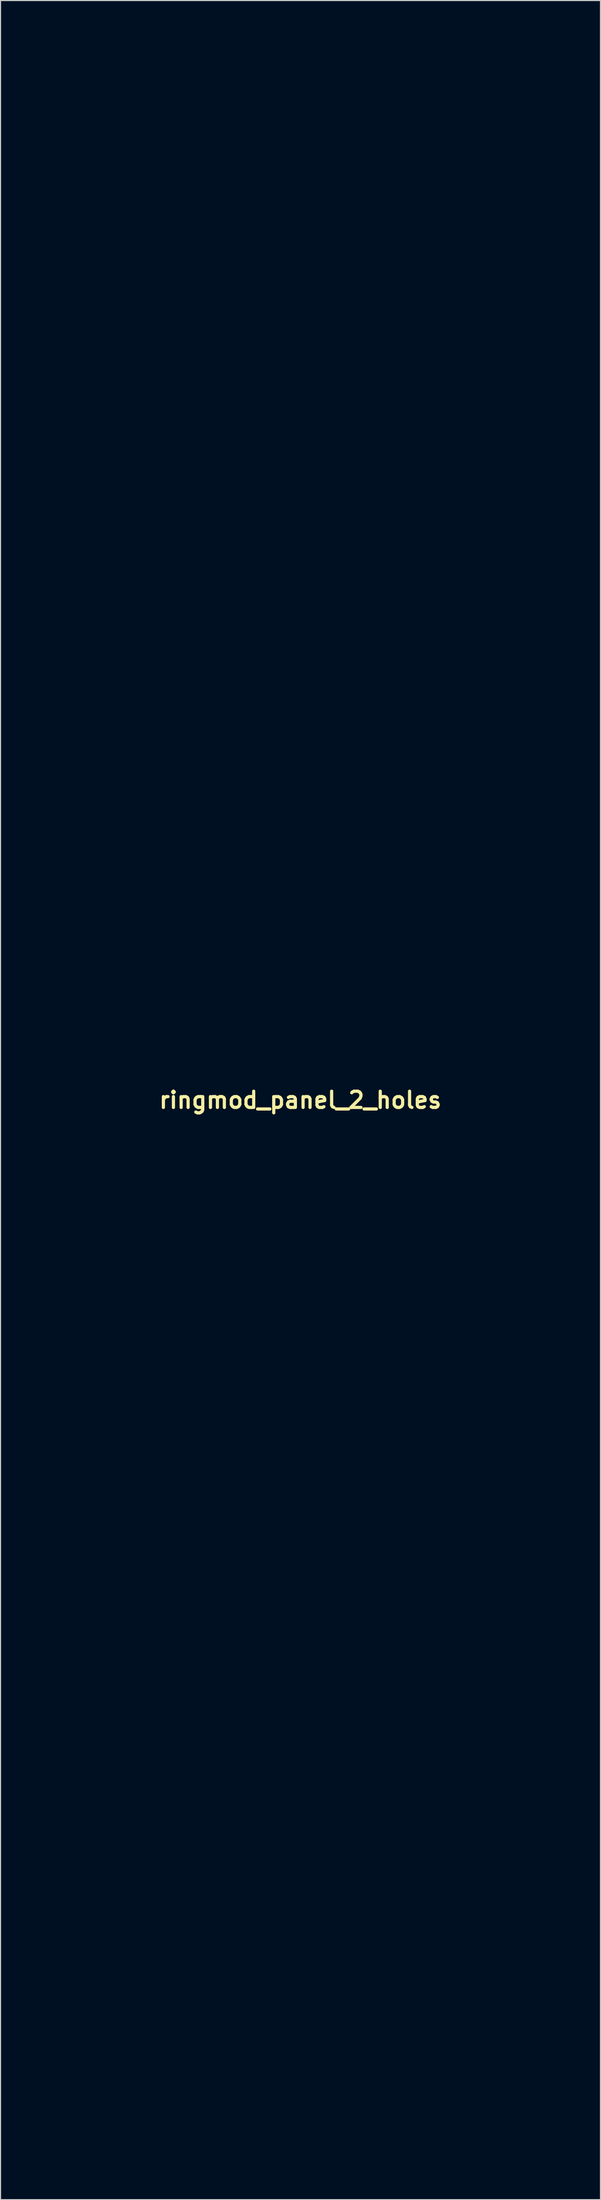
<source format=kicad_pcb>
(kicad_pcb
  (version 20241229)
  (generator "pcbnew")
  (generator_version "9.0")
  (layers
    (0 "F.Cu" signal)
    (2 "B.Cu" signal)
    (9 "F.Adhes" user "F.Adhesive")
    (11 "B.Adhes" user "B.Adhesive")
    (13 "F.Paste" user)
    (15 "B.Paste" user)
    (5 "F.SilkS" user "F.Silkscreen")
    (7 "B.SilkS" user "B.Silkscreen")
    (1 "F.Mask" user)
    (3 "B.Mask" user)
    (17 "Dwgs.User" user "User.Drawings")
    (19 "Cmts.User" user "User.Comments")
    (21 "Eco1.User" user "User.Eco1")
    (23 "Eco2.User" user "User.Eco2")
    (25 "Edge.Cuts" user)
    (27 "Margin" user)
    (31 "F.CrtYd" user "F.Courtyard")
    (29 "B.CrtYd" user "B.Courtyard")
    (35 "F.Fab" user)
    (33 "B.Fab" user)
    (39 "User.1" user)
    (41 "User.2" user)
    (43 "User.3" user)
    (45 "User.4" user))
  (footprint "ringmod_panel_2_holes"
    (layer "F.Cu")
    (at 25.196 100.277)
    (property "Reference" "ringmod_panel_2_holes" (at 0 0 0) (layer "F.SilkS") (effects (font (size 1.524 1.524) (thickness 0.3))))
    (attr board_only exclude_from_pos_files exclude_from_bom)
    (fp_poly (pts (xy 25.171 100.227) (xy -25.146 100.227) (xy -25.146 99.947) (xy -24.866 99.947) (xy 24.891 99.947) (xy 24.891 -99.947) (xy -24.866 -99.947) (xy -24.866 99.947) (xy -25.146 99.947) (xy -25.146 -100.227) (xy 25.171 -100.227)) (stroke (width 0.1) (type solid)) (fill no) (layer "Eco1.User"))
    (fp_poly (pts (xy -18.72 95.556) (xy -18.467 95.667) (xy -18.235 95.818) (xy -18.031 96.004) (xy -17.86 96.218) (xy -17.73 96.454) (xy -17.669 96.615) (xy -17.611 96.886) (xy -17.6 97.157) (xy -17.635 97.421) (xy -17.713 97.675) (xy -17.832 97.912) (xy -17.988 98.128) (xy -18.18 98.319) (xy -18.405 98.478) (xy -18.659 98.602) (xy -18.706 98.619) (xy -18.904 98.689) (xy -20.556 98.694) (xy -20.888 98.695) (xy -21.174 98.696) (xy -21.416 98.696) (xy -21.62 98.696) (xy -21.789 98.695) (xy -21.928 98.693) (xy -22.041 98.691) (xy -22.131 98.687) (xy -22.203 98.682) (xy -22.261 98.677) (xy -22.309 98.67) (xy -22.351 98.662) (xy -22.391 98.652) (xy -22.4 98.65) (xy -22.604 98.585) (xy -22.78 98.503) (xy -22.942 98.394) (xy -23.106 98.25) (xy -23.137 98.219) (xy -23.291 98.049) (xy -23.407 97.883) (xy -23.495 97.702) (xy -23.563 97.491) (xy -23.571 97.461) (xy -23.615 97.192) (xy -23.611 96.926) (xy -23.562 96.668) (xy -23.47 96.422) (xy -23.339 96.194) (xy -23.171 95.988) (xy -22.97 95.809) (xy -22.737 95.663) (xy -22.477 95.553) (xy -22.451 95.544) (xy -22.26 95.485) (xy -18.929 95.485)) (stroke (width 0.1) (type solid)) (fill no) (layer "Eco1.User"))
    (fp_poly (pts (xy 21.262 -98.689) (xy 21.517 -98.688) (xy 21.734 -98.687) (xy 21.916 -98.684) (xy 22.067 -98.68) (xy 22.193 -98.675) (xy 22.297 -98.667) (xy 22.382 -98.657) (xy 22.454 -98.644) (xy 22.516 -98.629) (xy 22.572 -98.61) (xy 22.627 -98.587) (xy 22.684 -98.561) (xy 22.748 -98.531) (xy 22.756 -98.527) (xy 22.925 -98.426) (xy 23.096 -98.289) (xy 23.254 -98.129) (xy 23.388 -97.957) (xy 23.473 -97.812) (xy 23.579 -97.538) (xy 23.634 -97.261) (xy 23.639 -96.984) (xy 23.594 -96.708) (xy 23.498 -96.436) (xy 23.47 -96.375) (xy 23.324 -96.138) (xy 23.14 -95.929) (xy 22.921 -95.754) (xy 22.672 -95.616) (xy 22.518 -95.556) (xy 22.311 -95.486) (xy 20.722 -95.482) (xy 20.438 -95.481) (xy 20.166 -95.481) (xy 19.912 -95.482) (xy 19.679 -95.484) (xy 19.472 -95.485) (xy 19.296 -95.488) (xy 19.157 -95.49) (xy 19.058 -95.493) (xy 19.005 -95.497) (xy 19.002 -95.497) (xy 18.731 -95.564) (xy 18.475 -95.676) (xy 18.242 -95.83) (xy 18.037 -96.022) (xy 17.866 -96.248) (xy 17.853 -96.271) (xy 17.731 -96.518) (xy 17.655 -96.774) (xy 17.626 -97.034) (xy 17.639 -97.292) (xy 17.694 -97.545) (xy 17.788 -97.785) (xy 17.92 -98.009) (xy 18.087 -98.211) (xy 18.288 -98.387) (xy 18.522 -98.53) (xy 18.726 -98.617) (xy 18.929 -98.689) (xy 20.62 -98.689) (xy 20.964 -98.689)) (stroke (width 0.1) (type solid)) (fill no) (layer "Eco1.User"))
    (fp_poly (pts (xy -19.563 -98.698) (xy -19.376 -98.695) (xy -19.219 -98.691) (xy -19.087 -98.684) (xy -18.978 -98.675) (xy -18.885 -98.663) (xy -18.807 -98.648) (xy -18.737 -98.63) (xy -18.672 -98.607) (xy -18.609 -98.581) (xy -18.542 -98.55) (xy -18.483 -98.521) (xy -18.358 -98.454) (xy -18.249 -98.38) (xy -18.139 -98.284) (xy -18.077 -98.224) (xy -17.892 -98.004) (xy -17.752 -97.766) (xy -17.657 -97.513) (xy -17.607 -97.252) (xy -17.603 -96.986) (xy -17.644 -96.722) (xy -17.731 -96.463) (xy -17.863 -96.215) (xy -18.021 -96.007) (xy -18.154 -95.879) (xy -18.321 -95.756) (xy -18.507 -95.648) (xy -18.693 -95.566) (xy -18.72 -95.556) (xy -18.929 -95.486) (xy -20.518 -95.482) (xy -20.802 -95.481) (xy -21.074 -95.481) (xy -21.328 -95.482) (xy -21.561 -95.484) (xy -21.768 -95.485) (xy -21.944 -95.488) (xy -22.083 -95.49) (xy -22.182 -95.493) (xy -22.235 -95.497) (xy -22.237 -95.497) (xy -22.506 -95.562) (xy -22.759 -95.672) (xy -22.989 -95.821) (xy -23.191 -96.005) (xy -23.357 -96.219) (xy -23.44 -96.365) (xy -23.545 -96.633) (xy -23.603 -96.903) (xy -23.613 -97.172) (xy -23.58 -97.434) (xy -23.503 -97.685) (xy -23.386 -97.92) (xy -23.23 -98.135) (xy -23.038 -98.325) (xy -22.81 -98.485) (xy -22.549 -98.611) (xy -22.502 -98.629) (xy -22.336 -98.688) (xy -20.696 -98.696) (xy -20.347 -98.697) (xy -20.045 -98.699) (xy -19.785 -98.699)) (stroke (width 0.1) (type solid)) (fill no) (layer "Eco1.User"))
    (fp_poly (pts (xy 22.476 95.544) (xy 22.732 95.645) (xy 22.957 95.778) (xy 23.163 95.953) (xy 23.179 95.969) (xy 23.358 96.185) (xy 23.496 96.424) (xy 23.589 96.681) (xy 23.636 96.95) (xy 23.636 97.224) (xy 23.595 97.471) (xy 23.532 97.676) (xy 23.453 97.851) (xy 23.347 98.012) (xy 23.207 98.174) (xy 23.163 98.219) (xy 22.998 98.37) (xy 22.837 98.484) (xy 22.665 98.57) (xy 22.464 98.637) (xy 22.411 98.651) (xy 22.368 98.661) (xy 22.325 98.67) (xy 22.276 98.678) (xy 22.219 98.684) (xy 22.147 98.689) (xy 22.058 98.693) (xy 21.947 98.696) (xy 21.81 98.698) (xy 21.643 98.699) (xy 21.441 98.7) (xy 21.201 98.7) (xy 20.917 98.7) (xy 20.622 98.7) (xy 20.296 98.7) (xy 20.016 98.699) (xy 19.779 98.698) (xy 19.581 98.697) (xy 19.416 98.695) (xy 19.282 98.693) (xy 19.173 98.689) (xy 19.086 98.685) (xy 19.017 98.68) (xy 18.961 98.674) (xy 18.914 98.666) (xy 18.873 98.657) (xy 18.846 98.65) (xy 18.572 98.554) (xy 18.326 98.416) (xy 18.111 98.239) (xy 17.93 98.027) (xy 17.798 97.805) (xy 17.695 97.551) (xy 17.638 97.299) (xy 17.626 97.039) (xy 17.628 96.994) (xy 17.67 96.718) (xy 17.757 96.457) (xy 17.887 96.217) (xy 18.056 96.001) (xy 18.259 95.816) (xy 18.495 95.664) (xy 18.746 95.556) (xy 18.955 95.485) (xy 22.285 95.485)) (stroke (width 0.1) (type solid)) (fill no) (layer "Eco1.User"))
    (fp_poly (pts (xy 12.899 -18.495) (xy 13.289 -18.431) (xy 13.661 -18.324) (xy 14.02 -18.17) (xy 14.372 -17.968) (xy 14.421 -17.935) (xy 14.756 -17.683) (xy 15.056 -17.394) (xy 15.319 -17.073) (xy 15.543 -16.723) (xy 15.726 -16.349) (xy 15.865 -15.952) (xy 15.934 -15.671) (xy 15.957 -15.509) (xy 15.973 -15.312) (xy 15.98 -15.095) (xy 15.979 -14.872) (xy 15.969 -14.659) (xy 15.952 -14.47) (xy 15.934 -14.357) (xy 15.827 -13.949) (xy 15.675 -13.562) (xy 15.481 -13.198) (xy 15.248 -12.861) (xy 14.979 -12.554) (xy 14.676 -12.279) (xy 14.342 -12.04) (xy 13.98 -11.841) (xy 13.593 -11.684) (xy 13.558 -11.672) (xy 13.251 -11.591) (xy 12.918 -11.536) (xy 12.577 -11.509) (xy 12.246 -11.513) (xy 12.158 -11.52) (xy 11.743 -11.583) (xy 11.344 -11.694) (xy 10.962 -11.852) (xy 10.601 -12.055) (xy 10.263 -12.303) (xy 9.953 -12.59) (xy 9.678 -12.911) (xy 9.448 -13.255) (xy 9.26 -13.625) (xy 9.116 -14.022) (xy 9.034 -14.34) (xy 9.011 -14.49) (xy 8.995 -14.676) (xy 8.987 -14.884) (xy 8.987 -14.899) (xy 9.992 -14.899) (xy 12.357 -14.899) (xy 12.357 -12.509) (xy 12.611 -12.509) (xy 12.611 -14.899) (xy 14.976 -14.899) (xy 14.976 -15.128) (xy 12.611 -15.128) (xy 12.611 -17.518) (xy 12.357 -17.518) (xy 12.344 -15.141) (xy 9.992 -15.128) (xy 9.992 -14.899) (xy 8.987 -14.899) (xy 8.986 -15.101) (xy 8.993 -15.312) (xy 9.007 -15.504) (xy 9.029 -15.662) (xy 9.034 -15.687) (xy 9.142 -16.093) (xy 9.285 -16.466) (xy 9.468 -16.811) (xy 9.692 -17.134) (xy 9.962 -17.441) (xy 10.014 -17.493) (xy 10.336 -17.781) (xy 10.672 -18.02) (xy 11.023 -18.211) (xy 11.393 -18.355) (xy 11.782 -18.453) (xy 12.193 -18.505) (xy 12.484 -18.516)) (stroke (width 0.1) (type solid)) (fill no) (layer "Eco1.User"))
    (fp_poly (pts (xy 12.931 -66.045) (xy 13.319 -65.978) (xy 13.697 -65.868) (xy 14.062 -65.715) (xy 14.409 -65.521) (xy 14.736 -65.285) (xy 15.039 -65.009) (xy 15.313 -64.693) (xy 15.339 -64.658) (xy 15.571 -64.309) (xy 15.755 -63.942) (xy 15.892 -63.556) (xy 15.982 -63.153) (xy 16.024 -62.73) (xy 16.028 -62.559) (xy 16.003 -62.132) (xy 15.931 -61.721) (xy 15.813 -61.326) (xy 15.65 -60.952) (xy 15.443 -60.601) (xy 15.193 -60.276) (xy 14.903 -59.978) (xy 14.645 -59.765) (xy 14.313 -59.544) (xy 13.954 -59.361) (xy 13.578 -59.218) (xy 13.19 -59.117) (xy 12.798 -59.06) (xy 12.408 -59.049) (xy 12.191 -59.064) (xy 11.776 -59.132) (xy 11.379 -59.245) (xy 11.002 -59.401) (xy 10.649 -59.597) (xy 10.323 -59.83) (xy 10.026 -60.097) (xy 9.761 -60.397) (xy 9.532 -60.725) (xy 9.342 -61.08) (xy 9.192 -61.458) (xy 9.086 -61.858) (xy 9.066 -61.966) (xy 9.041 -62.172) (xy 9.027 -62.409) (xy 9.027 -62.445) (xy 10.043 -62.445) (xy 12.395 -62.432) (xy 12.402 -61.242) (xy 12.408 -60.052) (xy 12.529 -60.06) (xy 12.649 -60.068) (xy 12.656 -61.256) (xy 12.662 -62.445) (xy 15.026 -62.445) (xy 15.026 -62.674) (xy 12.662 -62.674) (xy 12.656 -63.862) (xy 12.649 -65.051) (xy 12.529 -65.059) (xy 12.408 -65.066) (xy 12.402 -63.876) (xy 12.395 -62.686) (xy 11.219 -62.68) (xy 10.043 -62.673) (xy 10.043 -62.445) (xy 9.027 -62.445) (xy 9.026 -62.657) (xy 9.037 -62.898) (xy 9.06 -63.112) (xy 9.066 -63.152) (xy 9.159 -63.552) (xy 9.299 -63.937) (xy 9.482 -64.304) (xy 9.706 -64.646) (xy 9.968 -64.961) (xy 10.264 -65.242) (xy 10.591 -65.487) (xy 10.615 -65.502) (xy 10.981 -65.708) (xy 11.36 -65.867) (xy 11.748 -65.98) (xy 12.142 -66.047) (xy 12.537 -66.068)) (stroke (width 0.1) (type solid)) (fill no) (layer "Eco1.User"))
    (fp_poly (pts (xy 12.834 29.037) (xy 13.048 29.058) (xy 13.145 29.073) (xy 13.553 29.175) (xy 13.937 29.318) (xy 14.293 29.499) (xy 14.621 29.716) (xy 14.92 29.965) (xy 15.186 30.243) (xy 15.419 30.546) (xy 15.618 30.872) (xy 15.78 31.217) (xy 15.904 31.578) (xy 15.988 31.952) (xy 16.031 32.336) (xy 16.031 32.725) (xy 15.986 33.119) (xy 15.895 33.511) (xy 15.756 33.901) (xy 15.671 34.089) (xy 15.47 34.443) (xy 15.231 34.767) (xy 14.956 35.06) (xy 14.651 35.318) (xy 14.318 35.541) (xy 13.962 35.726) (xy 13.587 35.87) (xy 13.197 35.972) (xy 12.796 36.028) (xy 12.388 36.037) (xy 12.217 36.026) (xy 11.808 35.966) (xy 11.413 35.858) (xy 11.037 35.706) (xy 10.682 35.513) (xy 10.352 35.282) (xy 10.05 35.014) (xy 9.78 34.713) (xy 9.546 34.382) (xy 9.35 34.023) (xy 9.196 33.639) (xy 9.196 33.638) (xy 9.109 33.334) (xy 9.054 33.032) (xy 9.028 32.714) (xy 9.027 32.646) (xy 10.043 32.646) (xy 12.395 32.659) (xy 12.402 33.849) (xy 12.408 35.039) (xy 12.529 35.031) (xy 12.649 35.024) (xy 12.656 33.835) (xy 12.662 32.646) (xy 15.026 32.646) (xy 15.026 32.417) (xy 12.662 32.417) (xy 12.656 31.229) (xy 12.649 30.04) (xy 12.529 30.032) (xy 12.408 30.025) (xy 12.402 31.215) (xy 12.395 32.405) (xy 11.219 32.411) (xy 10.043 32.418) (xy 10.043 32.646) (xy 9.027 32.646) (xy 9.024 32.532) (xy 9.038 32.189) (xy 9.079 31.873) (xy 9.152 31.564) (xy 9.192 31.436) (xy 9.344 31.05) (xy 9.539 30.689) (xy 9.773 30.356) (xy 10.043 30.053) (xy 10.347 29.782) (xy 10.68 29.548) (xy 11.039 29.353) (xy 11.422 29.2) (xy 11.824 29.09) (xy 11.925 29.071) (xy 12.124 29.045) (xy 12.354 29.03) (xy 12.597 29.028)) (stroke (width 0.1) (type solid)) (fill no) (layer "Eco1.User"))
    (fp_poly (pts (xy 12.802 70.071) (xy 13.297 70.122) (xy 13.768 70.217) (xy 14.225 70.356) (xy 14.668 70.542) (xy 15.094 70.772) (xy 15.498 71.042) (xy 15.875 71.35) (xy 16.222 71.692) (xy 16.534 72.066) (xy 16.807 72.466) (xy 17.044 72.903) (xy 17.235 73.357) (xy 17.379 73.826) (xy 17.477 74.305) (xy 17.527 74.792) (xy 17.53 75.281) (xy 17.486 75.77) (xy 17.394 76.254) (xy 17.254 76.73) (xy 17.138 77.029) (xy 16.923 77.473) (xy 16.667 77.89) (xy 16.372 78.278) (xy 16.041 78.636) (xy 15.679 78.96) (xy 15.287 79.248) (xy 14.87 79.497) (xy 14.43 79.706) (xy 13.97 79.871) (xy 13.494 79.99) (xy 13.285 80.026) (xy 13.105 80.048) (xy 12.893 80.064) (xy 12.667 80.074) (xy 12.44 80.078) (xy 12.23 80.075) (xy 12.052 80.065) (xy 12.029 80.062) (xy 11.544 79.987) (xy 11.068 79.864) (xy 10.605 79.695) (xy 10.16 79.483) (xy 9.738 79.229) (xy 9.343 78.937) (xy 8.982 78.608) (xy 8.936 78.561) (xy 8.679 78.279) (xy 8.459 78) (xy 8.264 77.708) (xy 8.084 77.388) (xy 8.064 77.349) (xy 7.863 76.909) (xy 7.709 76.464) (xy 7.603 76.006) (xy 7.541 75.532) (xy 7.528 75.208) (xy 10.043 75.208) (xy 12.408 75.208) (xy 12.408 77.573) (xy 12.662 77.573) (xy 12.662 75.208) (xy 15.026 75.208) (xy 15.026 74.954) (xy 12.662 74.954) (xy 12.649 72.577) (xy 12.529 72.569) (xy 12.408 72.561) (xy 12.402 73.751) (xy 12.395 74.941) (xy 11.219 74.948) (xy 10.043 74.955) (xy 10.043 75.208) (xy 7.528 75.208) (xy 7.522 75.069) (xy 7.543 74.581) (xy 7.606 74.118) (xy 7.711 73.673) (xy 7.857 73.249) (xy 8.067 72.788) (xy 8.315 72.358) (xy 8.599 71.96) (xy 8.917 71.596) (xy 9.264 71.267) (xy 9.64 70.975) (xy 10.04 70.72) (xy 10.461 70.505) (xy 10.902 70.331) (xy 11.36 70.199) (xy 11.831 70.111) (xy 12.312 70.068)) (stroke (width 0.1) (type solid)) (fill no) (layer "Eco1.User"))
    (fp_poly (pts (xy -12.261 -55.045) (xy -12.022 -55.033) (xy -11.815 -55.012) (xy -11.786 -55.008) (xy -11.282 -54.908) (xy -10.802 -54.763) (xy -10.345 -54.573) (xy -9.911 -54.338) (xy -9.5 -54.057) (xy -9.112 -53.731) (xy -8.961 -53.586) (xy -8.617 -53.207) (xy -8.317 -52.805) (xy -8.063 -52.379) (xy -7.854 -51.93) (xy -7.691 -51.458) (xy -7.573 -50.964) (xy -7.539 -50.761) (xy -7.516 -50.56) (xy -7.503 -50.325) (xy -7.497 -50.072) (xy -7.501 -49.817) (xy -7.513 -49.577) (xy -7.534 -49.368) (xy -7.538 -49.338) (xy -7.636 -48.841) (xy -7.781 -48.362) (xy -7.971 -47.904) (xy -8.205 -47.468) (xy -8.48 -47.058) (xy -8.796 -46.676) (xy -9.151 -46.324) (xy -9.543 -46.005) (xy -9.789 -45.835) (xy -10.199 -45.598) (xy -10.634 -45.4) (xy -11.09 -45.242) (xy -11.558 -45.128) (xy -12.033 -45.057) (xy -12.507 -45.033) (xy -12.975 -45.056) (xy -12.98 -45.056) (xy -13.486 -45.133) (xy -13.975 -45.258) (xy -14.444 -45.428) (xy -14.892 -45.644) (xy -15.317 -45.905) (xy -15.717 -46.21) (xy -16.04 -46.507) (xy -16.378 -46.88) (xy -16.674 -47.278) (xy -16.926 -47.7) (xy -17.135 -48.14) (xy -17.298 -48.597) (xy -17.416 -49.066) (xy -17.487 -49.545) (xy -17.506 -49.91) (xy -15.001 -49.91) (xy -12.636 -49.91) (xy -12.636 -47.546) (xy -12.382 -47.546) (xy -12.382 -49.91) (xy -10.018 -49.91) (xy -10.018 -50.164) (xy -11.194 -50.17) (xy -12.369 -50.177) (xy -12.383 -52.557) (xy -12.624 -52.542) (xy -12.63 -51.353) (xy -12.637 -50.164) (xy -15.001 -50.164) (xy -15.001 -49.91) (xy -17.506 -49.91) (xy -17.512 -50.031) (xy -17.488 -50.519) (xy -17.416 -51.008) (xy -17.295 -51.494) (xy -17.253 -51.626) (xy -17.084 -52.071) (xy -16.882 -52.482) (xy -16.643 -52.867) (xy -16.361 -53.235) (xy -16.108 -53.516) (xy -15.737 -53.866) (xy -15.339 -54.173) (xy -14.916 -54.436) (xy -14.469 -54.655) (xy -14.001 -54.828) (xy -13.512 -54.955) (xy -13.209 -55.008) (xy -13.005 -55.031) (xy -12.769 -55.044) (xy -12.516 -55.049)) (stroke (width 0.1) (type solid)) (fill no) (layer "Eco1.User"))
    (fp_poly (pts (xy -12.318 40.042) (xy -12.08 40.053) (xy -11.868 40.071) (xy -11.785 40.082) (xy -11.289 40.181) (xy -10.814 40.325) (xy -10.36 40.512) (xy -9.932 40.74) (xy -9.529 41.007) (xy -9.156 41.31) (xy -8.815 41.647) (xy -8.507 42.016) (xy -8.235 42.414) (xy -8.001 42.84) (xy -7.807 43.29) (xy -7.656 43.763) (xy -7.55 44.256) (xy -7.539 44.33) (xy -7.516 44.531) (xy -7.503 44.766) (xy -7.497 45.019) (xy -7.501 45.274) (xy -7.513 45.514) (xy -7.534 45.723) (xy -7.538 45.753) (xy -7.635 46.244) (xy -7.776 46.714) (xy -7.96 47.162) (xy -8.183 47.586) (xy -8.444 47.983) (xy -8.74 48.351) (xy -9.067 48.689) (xy -9.424 48.995) (xy -9.808 49.266) (xy -10.216 49.5) (xy -10.647 49.696) (xy -11.096 49.852) (xy -11.563 49.965) (xy -12.043 50.033) (xy -12.536 50.054) (xy -12.965 50.034) (xy -13.451 49.966) (xy -13.923 49.85) (xy -14.38 49.689) (xy -14.818 49.485) (xy -15.234 49.239) (xy -15.626 48.955) (xy -15.989 48.634) (xy -16.32 48.279) (xy -16.618 47.892) (xy -16.879 47.475) (xy -17.099 47.03) (xy -17.106 47.014) (xy -17.28 46.548) (xy -17.405 46.072) (xy -17.482 45.589) (xy -17.506 45.181) (xy -15.001 45.181) (xy -12.636 45.181) (xy -12.636 47.546) (xy -12.382 47.546) (xy -12.382 45.181) (xy -10.018 45.181) (xy -10.018 44.927) (xy -12.369 44.914) (xy -12.376 43.724) (xy -12.383 42.534) (xy -12.624 42.549) (xy -12.63 43.738) (xy -12.637 44.927) (xy -15.001 44.927) (xy -15.001 45.181) (xy -17.506 45.181) (xy -17.511 45.103) (xy -17.493 44.618) (xy -17.428 44.136) (xy -17.316 43.663) (xy -17.159 43.2) (xy -16.956 42.751) (xy -16.708 42.321) (xy -16.506 42.031) (xy -16.392 41.889) (xy -16.25 41.727) (xy -16.091 41.558) (xy -15.927 41.395) (xy -15.771 41.249) (xy -15.687 41.177) (xy -15.3 40.886) (xy -14.881 40.634) (xy -14.435 40.423) (xy -13.965 40.254) (xy -13.474 40.129) (xy -13.221 40.083) (xy -13.033 40.06) (xy -12.809 40.046) (xy -12.566 40.04)) (stroke (width 0.1) (type solid)) (fill no) (layer "Eco1.User"))
    (fp_poly (pts (xy -12.008 -80.055) (xy -11.522 -79.982) (xy -11.045 -79.863) (xy -10.583 -79.699) (xy -10.14 -79.49) (xy -9.789 -79.283) (xy -9.38 -78.988) (xy -9.004 -78.657) (xy -8.665 -78.293) (xy -8.364 -77.898) (xy -8.105 -77.478) (xy -8.021 -77.319) (xy -7.825 -76.879) (xy -7.676 -76.436) (xy -7.573 -75.983) (xy -7.514 -75.513) (xy -7.497 -75.069) (xy -7.521 -74.555) (xy -7.593 -74.059) (xy -7.713 -73.58) (xy -7.88 -73.12) (xy -8.093 -72.679) (xy -8.353 -72.259) (xy -8.659 -71.86) (xy -8.961 -71.533) (xy -9.339 -71.19) (xy -9.741 -70.891) (xy -10.167 -70.637) (xy -10.613 -70.428) (xy -11.078 -70.265) (xy -11.558 -70.149) (xy -12.053 -70.081) (xy -12.56 -70.062) (xy -12.853 -70.073) (xy -13.34 -70.13) (xy -13.814 -70.234) (xy -14.271 -70.383) (xy -14.71 -70.575) (xy -15.126 -70.806) (xy -15.519 -71.076) (xy -15.884 -71.381) (xy -16.219 -71.719) (xy -16.522 -72.087) (xy -16.79 -72.484) (xy -17.02 -72.907) (xy -17.209 -73.353) (xy -17.354 -73.82) (xy -17.413 -74.078) (xy -17.487 -74.571) (xy -17.507 -74.954) (xy -15.001 -74.954) (xy -12.636 -74.954) (xy -12.636 -73.776) (xy -12.636 -73.536) (xy -12.635 -73.312) (xy -12.633 -73.108) (xy -12.631 -72.931) (xy -12.629 -72.784) (xy -12.626 -72.673) (xy -12.623 -72.604) (xy -12.619 -72.581) (xy -12.586 -72.571) (xy -12.521 -72.565) (xy -12.493 -72.564) (xy -12.383 -72.564) (xy -12.376 -73.753) (xy -12.369 -74.941) (xy -10.018 -74.955) (xy -10.018 -75.208) (xy -12.382 -75.208) (xy -12.382 -77.573) (xy -12.636 -77.573) (xy -12.636 -75.208) (xy -15.001 -75.208) (xy -15.001 -74.954) (xy -17.507 -74.954) (xy -17.512 -75.061) (xy -17.489 -75.547) (xy -17.419 -76.024) (xy -17.305 -76.489) (xy -17.148 -76.941) (xy -16.948 -77.374) (xy -16.709 -77.787) (xy -16.43 -78.177) (xy -16.115 -78.539) (xy -15.763 -78.872) (xy -15.378 -79.172) (xy -14.959 -79.436) (xy -14.709 -79.569) (xy -14.481 -79.671) (xy -14.222 -79.771) (xy -13.952 -79.862) (xy -13.689 -79.938) (xy -13.478 -79.987) (xy -12.991 -80.058) (xy -12.499 -80.081)) (stroke (width 0.1) (type solid)) (fill no) (layer "Eco1.User"))
    (fp_poly (pts (xy -11.955 15.036) (xy -11.469 15.115) (xy -10.991 15.242) (xy -10.522 15.417) (xy -10.067 15.64) (xy -9.924 15.722) (xy -9.66 15.89) (xy -9.413 16.073) (xy -9.167 16.283) (xy -9.03 16.411) (xy -8.681 16.782) (xy -8.373 17.18) (xy -8.11 17.603) (xy -7.892 18.05) (xy -7.719 18.518) (xy -7.592 19.007) (xy -7.538 19.311) (xy -7.516 19.514) (xy -7.502 19.75) (xy -7.497 20.003) (xy -7.501 20.258) (xy -7.514 20.497) (xy -7.535 20.704) (xy -7.539 20.734) (xy -7.638 21.229) (xy -7.783 21.706) (xy -7.972 22.162) (xy -8.203 22.594) (xy -8.474 23) (xy -8.783 23.378) (xy -9.128 23.724) (xy -9.506 24.035) (xy -9.916 24.311) (xy -10.356 24.546) (xy -10.64 24.671) (xy -11.079 24.825) (xy -11.523 24.934) (xy -11.979 25) (xy -12.453 25.024) (xy -12.827 25.015) (xy -13.306 24.964) (xy -13.777 24.865) (xy -14.235 24.719) (xy -14.678 24.53) (xy -15.101 24.299) (xy -15.501 24.029) (xy -15.874 23.722) (xy -16.216 23.38) (xy -16.524 23.006) (xy -16.794 22.602) (xy -16.797 22.596) (xy -17.034 22.149) (xy -17.224 21.686) (xy -17.366 21.21) (xy -17.461 20.726) (xy -17.508 20.235) (xy -17.507 20.137) (xy -15.001 20.137) (xy -12.636 20.137) (xy -12.636 21.315) (xy -12.636 21.555) (xy -12.635 21.779) (xy -12.633 21.983) (xy -12.631 22.16) (xy -12.629 22.307) (xy -12.626 22.418) (xy -12.623 22.487) (xy -12.619 22.51) (xy -12.586 22.52) (xy -12.521 22.526) (xy -12.493 22.527) (xy -12.383 22.527) (xy -12.376 21.338) (xy -12.369 20.15) (xy -10.018 20.136) (xy -10.018 19.883) (xy -12.382 19.883) (xy -12.382 17.518) (xy -12.636 17.518) (xy -12.636 19.883) (xy -15.001 19.883) (xy -15.001 20.137) (xy -17.507 20.137) (xy -17.505 19.742) (xy -17.453 19.251) (xy -17.442 19.186) (xy -17.332 18.694) (xy -17.176 18.222) (xy -16.977 17.771) (xy -16.737 17.345) (xy -16.457 16.945) (xy -16.14 16.576) (xy -15.789 16.238) (xy -15.404 15.935) (xy -14.989 15.671) (xy -14.545 15.446) (xy -14.392 15.381) (xy -13.913 15.213) (xy -13.427 15.095) (xy -12.937 15.026) (xy -12.445 15.007)) (stroke (width 0.1) (type solid)) (fill no) (layer "Eco1.User")))
  (gr_rect
    (start -3 -3)
    (end 53.417 203.554)
    (stroke (width 0.1) (type default))
    (fill no)
    (layer "Edge.Cuts")))
</source>
